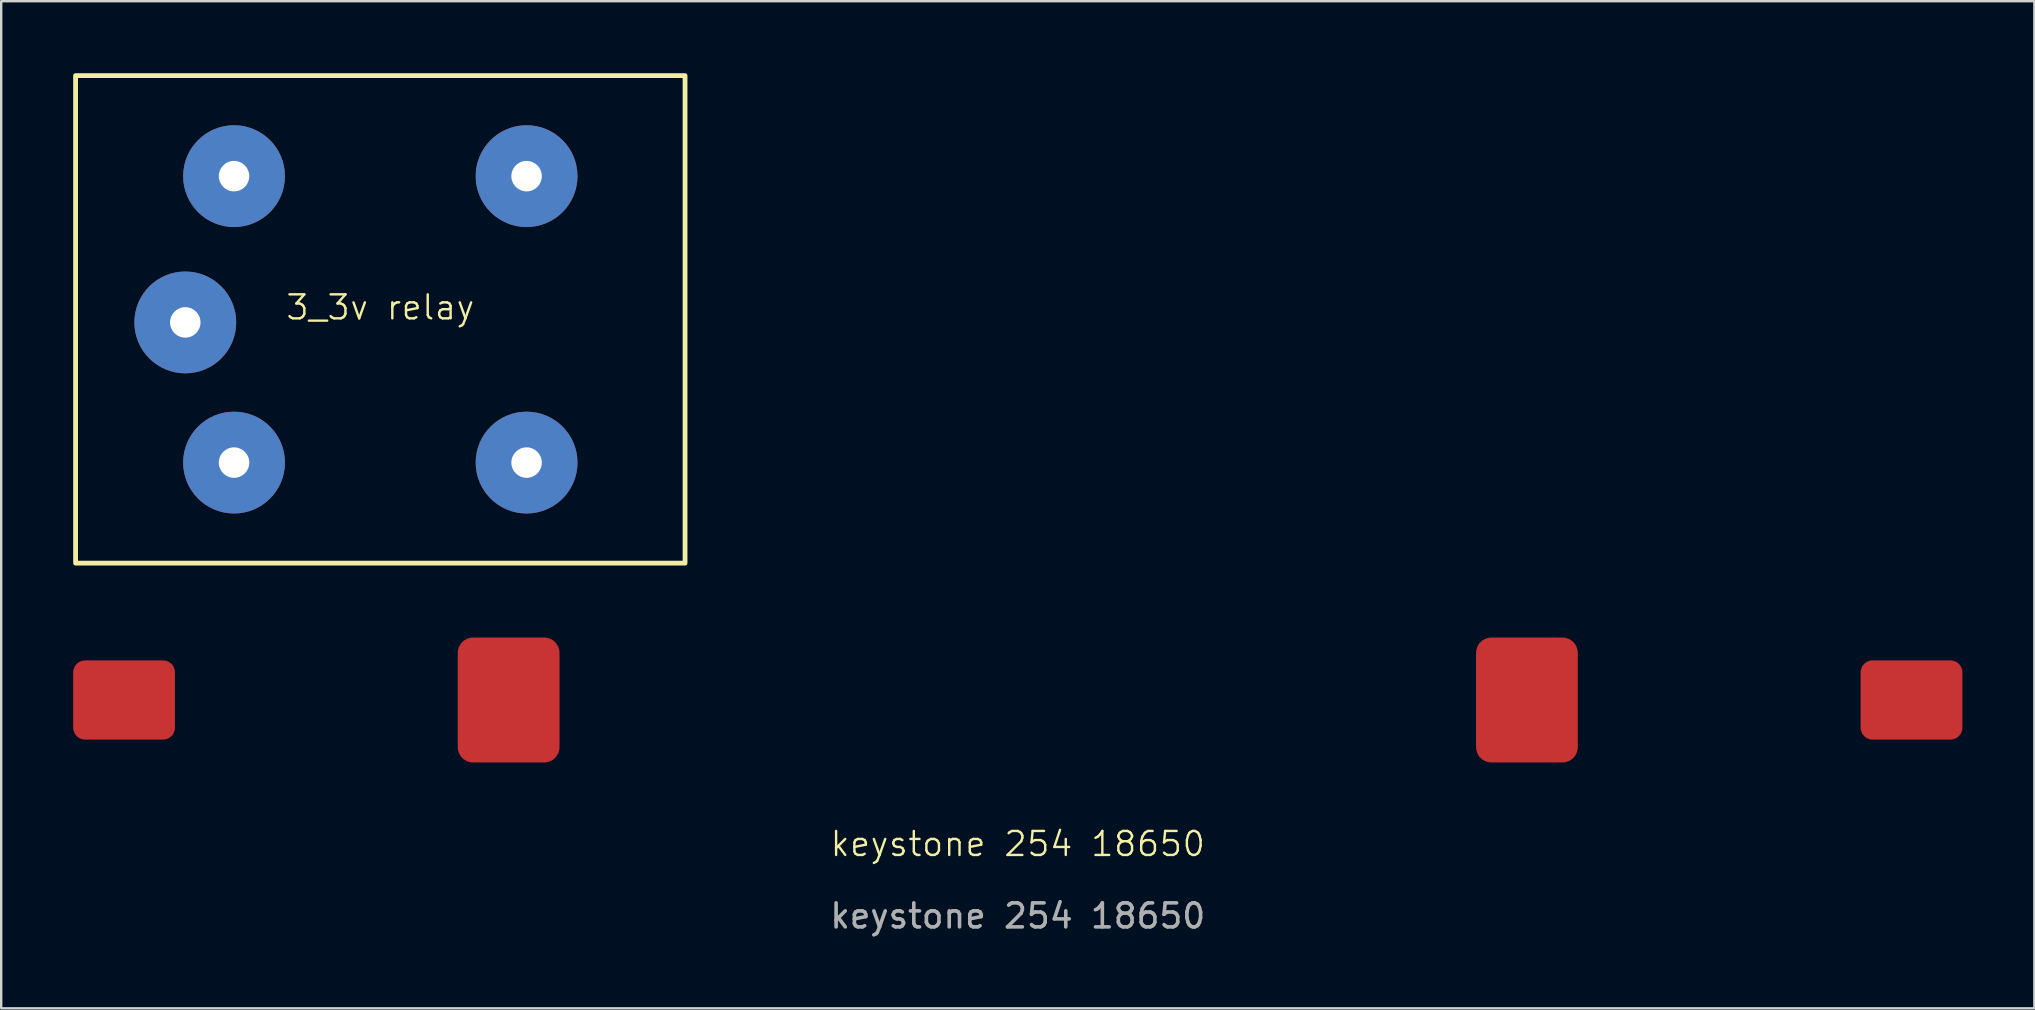
<source format=kicad_pcb>
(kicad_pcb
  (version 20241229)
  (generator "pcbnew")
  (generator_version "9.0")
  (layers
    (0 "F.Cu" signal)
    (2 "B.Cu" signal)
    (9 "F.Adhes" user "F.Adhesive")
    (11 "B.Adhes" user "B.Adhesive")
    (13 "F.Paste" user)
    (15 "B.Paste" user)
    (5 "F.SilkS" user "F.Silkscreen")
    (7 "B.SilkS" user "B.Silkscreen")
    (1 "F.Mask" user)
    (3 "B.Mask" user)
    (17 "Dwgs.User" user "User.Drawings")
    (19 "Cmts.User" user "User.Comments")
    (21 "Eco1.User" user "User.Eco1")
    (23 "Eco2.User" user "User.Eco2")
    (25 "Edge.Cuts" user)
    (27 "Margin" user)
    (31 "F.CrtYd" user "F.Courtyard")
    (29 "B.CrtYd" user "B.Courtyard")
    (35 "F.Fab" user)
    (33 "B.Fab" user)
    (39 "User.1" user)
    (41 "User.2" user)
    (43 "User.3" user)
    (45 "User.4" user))
  (footprint "keystone 254 18650"
    (layer "F.Cu")
    (at 39.367 26.123)
    (property "Reference" "keystone 254 18650" (at 0 6 0) (unlocked yes) (layer "F.SilkS") (effects (font (size 1 1) (thickness 0.1))))
    (attr smd)
    (fp_text user "${REFERENCE}" (at 0 9 0) (unlocked yes) (layer "F.Fab") (effects (font (size 1 1) (thickness 0.15))))
    (pad "1" smd roundrect (at -37.247 0) (size 4.242 3.302) (layers "F.Cu" "F.Mask" "F.Paste") (roundrect_rratio 0.15))
    (pad "1" smd roundrect (at -21.219 0) (size 4.242 5.207) (layers "F.Cu" "F.Mask" "F.Paste") (roundrect_rratio 0.15))
    (pad "2" smd roundrect (at 21.219 0 180) (size 4.242 5.207) (layers "F.Cu" "F.Mask" "F.Paste") (roundrect_rratio 0.15))
    (pad "2" smd roundrect (at 37.247 0 180) (size 4.242 3.302) (layers "F.Cu" "F.Mask" "F.Paste") (roundrect_rratio 0.15)))
  (footprint "3_3v relay"
    (layer "F.Cu")
    (at 12.8 10.26)
    (property "Reference" "3_3v relay" (at 0 -0.5 0) (unlocked yes) (layer "F.SilkS") (effects (font (size 1 1) (thickness 0.1))))
    (attr smd)
    (fp_rect (start -12.7 -10.16) (end 12.7 10.16) (stroke (width 0.2) (type solid)) (fill no) (layer "F.SilkS"))
    (pad "1" thru_hole circle (at 6.096 -5.969 180) (size 4.242 4.242) (drill 1.27) (layers "*.Cu" "*.Mask"))
    (pad "2" thru_hole circle (at -6.096 5.969 180) (size 4.242 4.242) (drill 1.27) (layers "*.Cu" "*.Mask"))
    (pad "6" thru_hole circle (at -6.096 -5.969 180) (size 4.242 4.242) (drill 1.27) (layers "*.Cu" "*.Mask"))
    (pad "7" thru_hole circle (at -8.128 0.127 180) (size 4.242 4.242) (drill 1.27) (layers "*.Cu" "*.Mask"))
    (pad "14" thru_hole circle (at 6.096 5.969 180) (size 4.242 4.242) (drill 1.27) (layers "*.Cu" "*.Mask")))
  (gr_rect
    (start -3 -3)
    (end 81.735 38.972)
    (stroke (width 0.1) (type default))
    (fill no)
    (layer "Edge.Cuts")))
</source>
